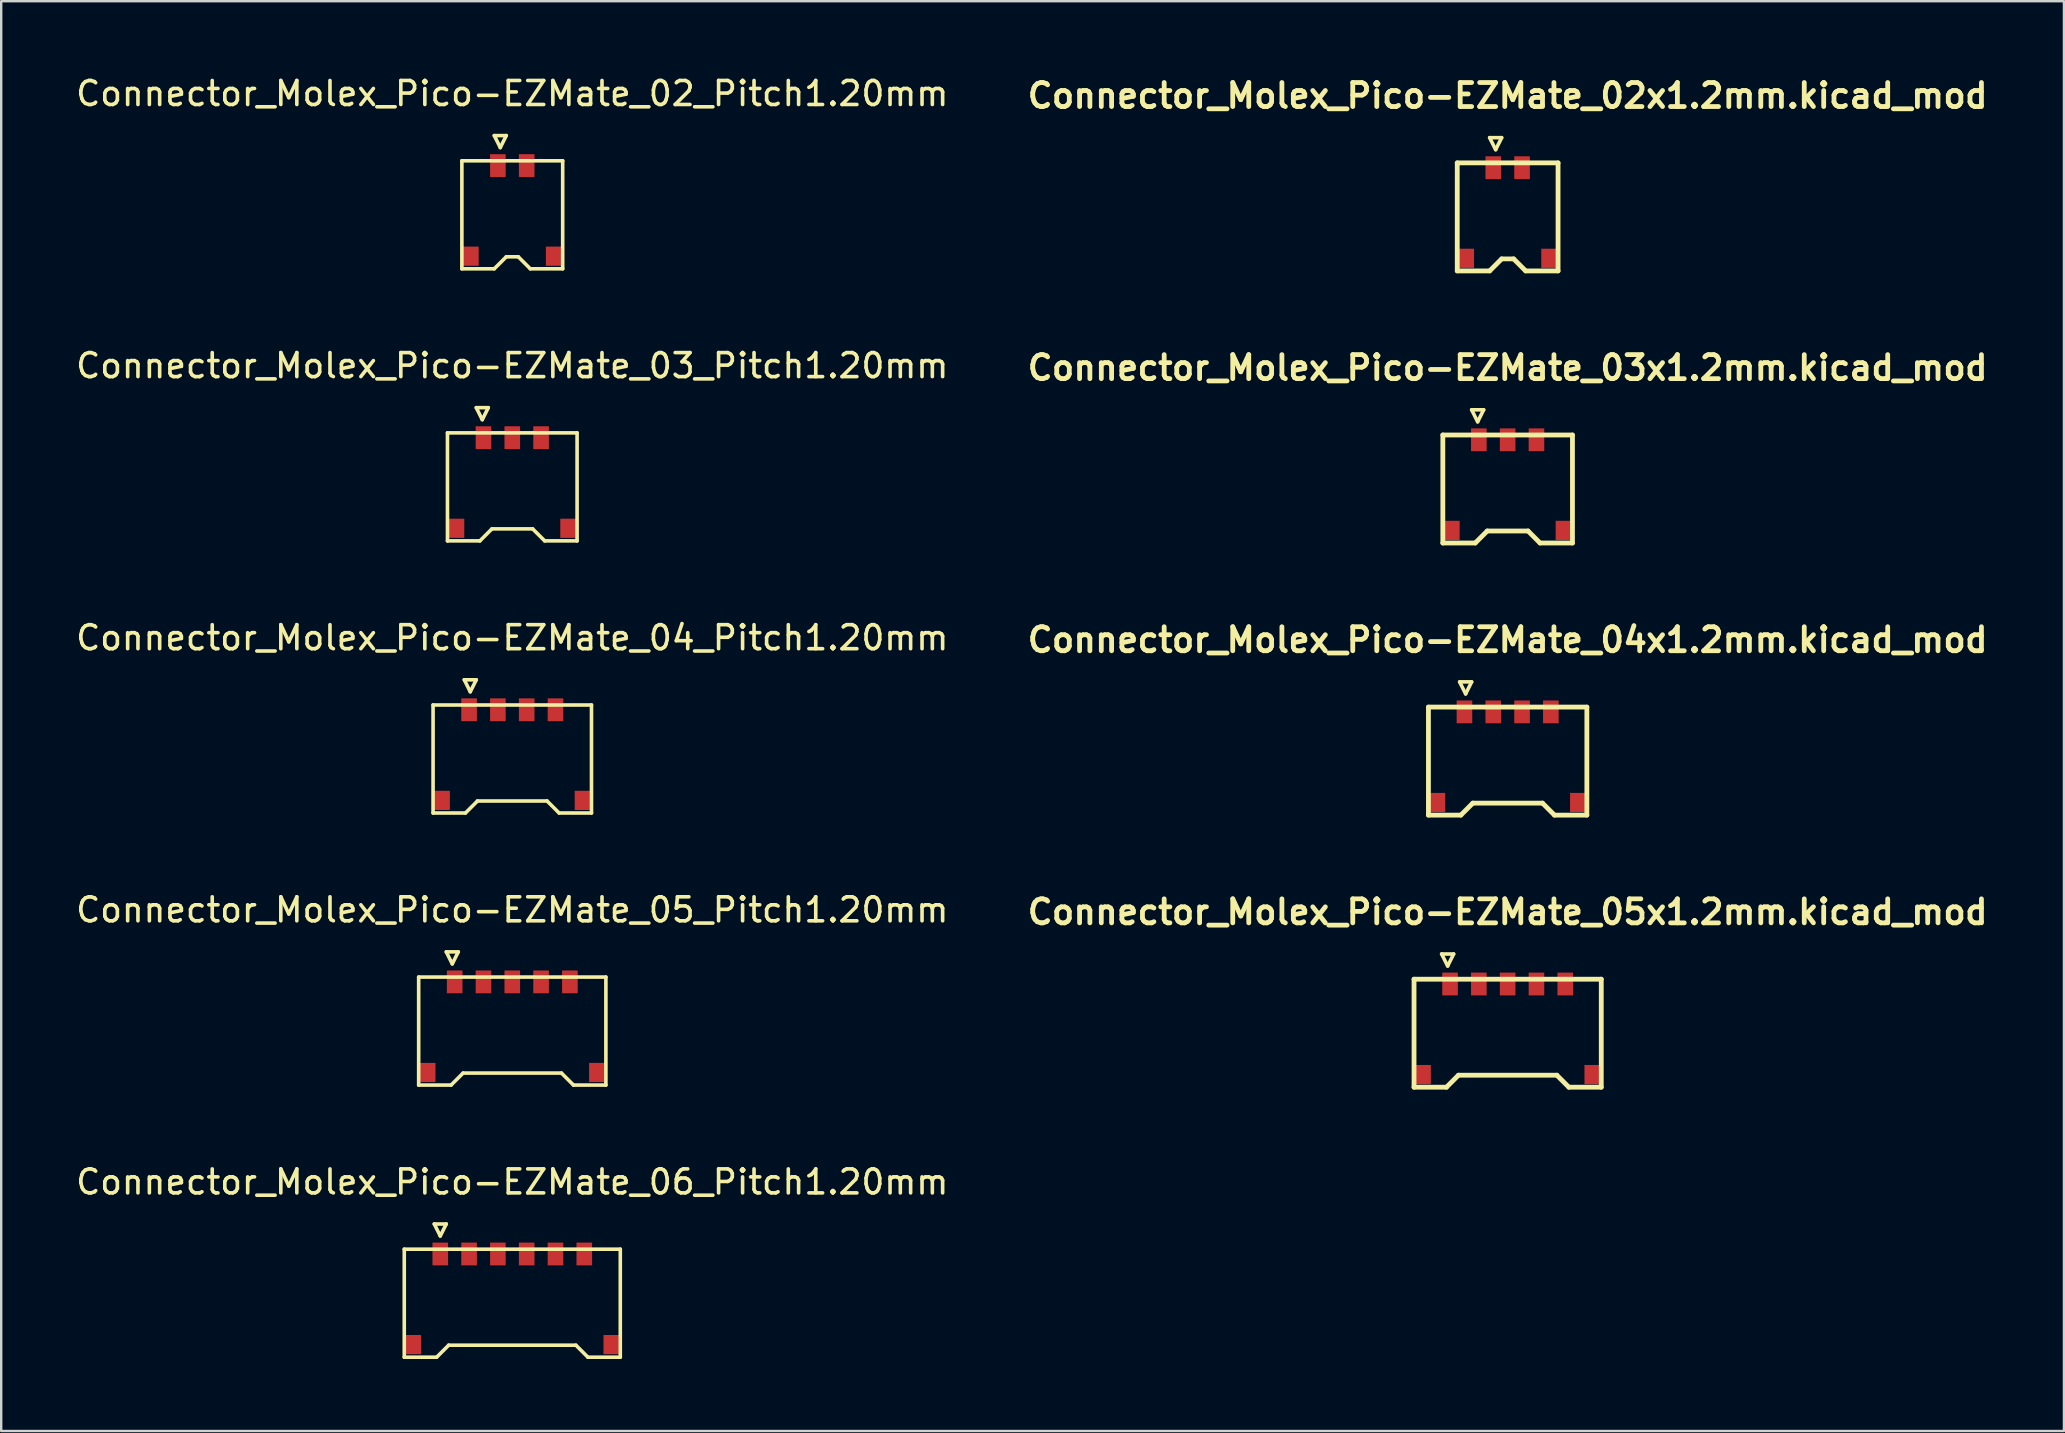
<source format=kicad_pcb>
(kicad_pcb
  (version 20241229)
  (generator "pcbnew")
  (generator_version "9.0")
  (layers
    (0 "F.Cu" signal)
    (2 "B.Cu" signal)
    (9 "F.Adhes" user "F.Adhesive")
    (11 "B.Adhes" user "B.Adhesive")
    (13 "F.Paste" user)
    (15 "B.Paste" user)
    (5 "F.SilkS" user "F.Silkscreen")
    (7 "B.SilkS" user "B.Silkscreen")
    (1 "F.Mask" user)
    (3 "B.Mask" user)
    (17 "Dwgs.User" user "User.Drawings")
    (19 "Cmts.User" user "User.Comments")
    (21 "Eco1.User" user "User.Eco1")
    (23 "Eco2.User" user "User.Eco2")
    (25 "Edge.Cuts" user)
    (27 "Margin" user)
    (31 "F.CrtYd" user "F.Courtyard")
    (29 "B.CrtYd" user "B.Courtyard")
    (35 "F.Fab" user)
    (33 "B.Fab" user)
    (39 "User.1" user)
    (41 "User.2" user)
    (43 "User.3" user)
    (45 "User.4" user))
  (footprint "Connector_Molex_Pico-EZMate_04_Pitch1.20mm"
    (layer "F.Cu")
    (at 18.292 26.52)
    (property "Reference" "Connector_Molex_Pico-EZMate_04_Pitch1.20mm" (at 0 -3 0) (layer "F.SilkS") (effects (font (size 1 1) (thickness 0.15))))
    (attr smd)
    (fp_line (start -3.3 -0.2) (end -3.3 4.3) (stroke (width 0.15) (type solid)) (layer "F.SilkS"))
    (fp_line (start -3.3 -0.2) (end 3.3 -0.2) (stroke (width 0.15) (type solid)) (layer "F.SilkS"))
    (fp_line (start -3.3 4.3) (end -1.95 4.3) (stroke (width 0.15) (type solid)) (layer "F.SilkS"))
    (fp_line (start -2 -1.25) (end -1.75 -0.75) (stroke (width 0.15) (type solid)) (layer "F.SilkS"))
    (fp_line (start -1.95 4.3) (end -1.45 3.8) (stroke (width 0.15) (type solid)) (layer "F.SilkS"))
    (fp_line (start -1.75 -0.75) (end -1.5 -1.25) (stroke (width 0.15) (type solid)) (layer "F.SilkS"))
    (fp_line (start -1.5 -1.25) (end -2 -1.25) (stroke (width 0.15) (type solid)) (layer "F.SilkS"))
    (fp_line (start -1.45 3.8) (end 1.45 3.8) (stroke (width 0.15) (type solid)) (layer "F.SilkS"))
    (fp_line (start 1.95 4.3) (end 1.45 3.8) (stroke (width 0.15) (type solid)) (layer "F.SilkS"))
    (fp_line (start 3.3 -0.2) (end 3.3 4.3) (stroke (width 0.15) (type solid)) (layer "F.SilkS"))
    (fp_line (start 3.3 4.3) (end 1.95 4.3) (stroke (width 0.15) (type solid)) (layer "F.SilkS"))
    (pad "1" smd rect (at -1.8 0) (size 0.65 0.95) (layers "F.Cu" "F.Mask" "F.Paste"))
    (pad "2" smd rect (at -0.6 0) (size 0.65 0.95) (layers "F.Cu" "F.Mask" "F.Paste"))
    (pad "3" smd rect (at 0.6 0) (size 0.65 0.95) (layers "F.Cu" "F.Mask" "F.Paste"))
    (pad "4" smd rect (at 1.8 0) (size 0.65 0.95) (layers "F.Cu" "F.Mask" "F.Paste"))
    (pad "5" smd rect (at -2.95 3.775) (size 0.7 0.8) (layers "F.Cu" "F.Mask" "F.Paste"))
    (pad "5" smd rect (at 2.95 3.775) (size 0.7 0.8) (layers "F.Cu" "F.Mask" "F.Paste")))
  (footprint "Connector_Molex_Pico-EZMate_05x1.2mm.kicad_mod"
    (layer "F.Cu")
    (at 59.76 37.944)
    (property "Reference" "Connector_Molex_Pico-EZMate_05x1.2mm.kicad_mod" (at 0 -3 0) (layer "F.SilkS") (effects (font (size 1 1) (thickness 0.2))))
    (attr through_hole)
    (fp_line (start -3.9 -0.2) (end -3.9 4.3) (stroke (width 0.2) (type solid)) (layer "F.SilkS"))
    (fp_line (start -3.9 -0.2) (end 3.9 -0.2) (stroke (width 0.2) (type solid)) (layer "F.SilkS"))
    (fp_line (start -3.9 4.3) (end -2.55 4.3) (stroke (width 0.2) (type solid)) (layer "F.SilkS"))
    (fp_line (start -2.75 -1.25) (end -2.5 -0.75) (stroke (width 0.15) (type solid)) (layer "F.SilkS"))
    (fp_line (start -2.55 4.3) (end -2.05 3.8) (stroke (width 0.2) (type solid)) (layer "F.SilkS"))
    (fp_line (start -2.5 -0.75) (end -2.25 -1.25) (stroke (width 0.15) (type solid)) (layer "F.SilkS"))
    (fp_line (start -2.25 -1.25) (end -2.75 -1.25) (stroke (width 0.15) (type solid)) (layer "F.SilkS"))
    (fp_line (start -2.05 3.8) (end 2.05 3.8) (stroke (width 0.2) (type solid)) (layer "F.SilkS"))
    (fp_line (start 2.55 4.3) (end 2.05 3.8) (stroke (width 0.2) (type solid)) (layer "F.SilkS"))
    (fp_line (start 3.9 -0.2) (end 3.9 4.3) (stroke (width 0.2) (type solid)) (layer "F.SilkS"))
    (fp_line (start 3.9 4.3) (end 2.55 4.3) (stroke (width 0.2) (type solid)) (layer "F.SilkS"))
    (pad "1" smd rect (at -2.4 0) (size 0.65 0.95) (layers "F.Cu" "F.Mask" "F.Paste"))
    (pad "2" smd rect (at -1.2 0) (size 0.65 0.95) (layers "F.Cu" "F.Mask" "F.Paste"))
    (pad "3" smd rect (at 0 0) (size 0.65 0.95) (layers "F.Cu" "F.Mask" "F.Paste"))
    (pad "4" smd rect (at 1.2 0) (size 0.65 0.95) (layers "F.Cu" "F.Mask" "F.Paste"))
    (pad "5" smd rect (at 2.4 0) (size 0.65 0.95) (layers "F.Cu" "F.Mask" "F.Paste"))
    (pad "6" smd rect (at -3.55 3.775) (size 0.7 0.8) (layers "F.Cu" "F.Mask" "F.Paste"))
    (pad "6" smd rect (at 3.55 3.775) (size 0.7 0.8) (layers "F.Cu" "F.Mask" "F.Paste")))
  (footprint "Connector_Molex_Pico-EZMate_02x1.2mm.kicad_mod"
    (layer "F.Cu")
    (at 59.76 3.936)
    (property "Reference" "Connector_Molex_Pico-EZMate_02x1.2mm.kicad_mod" (at 0 -3 0) (layer "F.SilkS") (effects (font (size 1 1) (thickness 0.2))))
    (attr through_hole)
    (fp_line (start -2.1 -0.2) (end -2.1 4.3) (stroke (width 0.2) (type solid)) (layer "F.SilkS"))
    (fp_line (start -2.1 -0.2) (end 2.1 -0.2) (stroke (width 0.2) (type solid)) (layer "F.SilkS"))
    (fp_line (start -2.1 4.3) (end -0.75 4.3) (stroke (width 0.2) (type solid)) (layer "F.SilkS"))
    (fp_line (start -0.75 -1.25) (end -0.5 -0.75) (stroke (width 0.15) (type solid)) (layer "F.SilkS"))
    (fp_line (start -0.75 4.3) (end -0.25 3.8) (stroke (width 0.2) (type solid)) (layer "F.SilkS"))
    (fp_line (start -0.5 -0.75) (end -0.25 -1.25) (stroke (width 0.15) (type solid)) (layer "F.SilkS"))
    (fp_line (start -0.25 -1.25) (end -0.75 -1.25) (stroke (width 0.15) (type solid)) (layer "F.SilkS"))
    (fp_line (start -0.25 3.8) (end 0.25 3.8) (stroke (width 0.2) (type solid)) (layer "F.SilkS"))
    (fp_line (start 0.75 4.3) (end 0.25 3.8) (stroke (width 0.2) (type solid)) (layer "F.SilkS"))
    (fp_line (start 2.1 -0.2) (end 2.1 4.3) (stroke (width 0.2) (type solid)) (layer "F.SilkS"))
    (fp_line (start 2.1 4.3) (end 0.75 4.3) (stroke (width 0.2) (type solid)) (layer "F.SilkS"))
    (pad "1" smd rect (at -0.6 0) (size 0.65 0.95) (layers "F.Cu" "F.Mask" "F.Paste"))
    (pad "2" smd rect (at 0.6 0) (size 0.65 0.95) (layers "F.Cu" "F.Mask" "F.Paste"))
    (pad "3" smd rect (at -1.75 3.775) (size 0.7 0.8) (layers "F.Cu" "F.Mask" "F.Paste"))
    (pad "3" smd rect (at 1.75 3.775) (size 0.7 0.8) (layers "F.Cu" "F.Mask" "F.Paste")))
  (footprint "Connector_Molex_Pico-EZMate_03_Pitch1.20mm"
    (layer "F.Cu")
    (at 18.292 15.184)
    (property "Reference" "Connector_Molex_Pico-EZMate_03_Pitch1.20mm" (at 0 -3 0) (layer "F.SilkS") (effects (font (size 1 1) (thickness 0.15))))
    (attr smd)
    (fp_line (start -2.7 -0.2) (end -2.7 4.3) (stroke (width 0.15) (type solid)) (layer "F.SilkS"))
    (fp_line (start -2.7 -0.2) (end 2.7 -0.2) (stroke (width 0.15) (type solid)) (layer "F.SilkS"))
    (fp_line (start -2.7 4.3) (end -1.35 4.3) (stroke (width 0.15) (type solid)) (layer "F.SilkS"))
    (fp_line (start -1.5 -1.25) (end -1.25 -0.75) (stroke (width 0.15) (type solid)) (layer "F.SilkS"))
    (fp_line (start -1.35 4.3) (end -0.85 3.8) (stroke (width 0.15) (type solid)) (layer "F.SilkS"))
    (fp_line (start -1.25 -0.75) (end -1 -1.25) (stroke (width 0.15) (type solid)) (layer "F.SilkS"))
    (fp_line (start -1 -1.25) (end -1.5 -1.25) (stroke (width 0.15) (type solid)) (layer "F.SilkS"))
    (fp_line (start -0.85 3.8) (end 0.85 3.8) (stroke (width 0.15) (type solid)) (layer "F.SilkS"))
    (fp_line (start 1.35 4.3) (end 0.85 3.8) (stroke (width 0.15) (type solid)) (layer "F.SilkS"))
    (fp_line (start 2.7 -0.2) (end 2.7 4.3) (stroke (width 0.15) (type solid)) (layer "F.SilkS"))
    (fp_line (start 2.7 4.3) (end 1.35 4.3) (stroke (width 0.15) (type solid)) (layer "F.SilkS"))
    (pad "1" smd rect (at -1.2 0) (size 0.65 0.95) (layers "F.Cu" "F.Mask" "F.Paste"))
    (pad "2" smd rect (at 0 0) (size 0.65 0.95) (layers "F.Cu" "F.Mask" "F.Paste"))
    (pad "3" smd rect (at 1.2 0) (size 0.65 0.95) (layers "F.Cu" "F.Mask" "F.Paste"))
    (pad "4" smd rect (at -2.35 3.775) (size 0.7 0.8) (layers "F.Cu" "F.Mask" "F.Paste"))
    (pad "4" smd rect (at 2.35 3.775) (size 0.7 0.8) (layers "F.Cu" "F.Mask" "F.Paste")))
  (footprint "Connector_Molex_Pico-EZMate_04x1.2mm.kicad_mod"
    (layer "F.Cu")
    (at 59.76 26.608)
    (property "Reference" "Connector_Molex_Pico-EZMate_04x1.2mm.kicad_mod" (at 0 -3 0) (layer "F.SilkS") (effects (font (size 1 1) (thickness 0.2))))
    (attr through_hole)
    (fp_line (start -3.3 -0.2) (end -3.3 4.3) (stroke (width 0.2) (type solid)) (layer "F.SilkS"))
    (fp_line (start -3.3 -0.2) (end 3.3 -0.2) (stroke (width 0.2) (type solid)) (layer "F.SilkS"))
    (fp_line (start -3.3 4.3) (end -1.95 4.3) (stroke (width 0.2) (type solid)) (layer "F.SilkS"))
    (fp_line (start -2 -1.25) (end -1.75 -0.75) (stroke (width 0.15) (type solid)) (layer "F.SilkS"))
    (fp_line (start -1.95 4.3) (end -1.45 3.8) (stroke (width 0.2) (type solid)) (layer "F.SilkS"))
    (fp_line (start -1.75 -0.75) (end -1.5 -1.25) (stroke (width 0.15) (type solid)) (layer "F.SilkS"))
    (fp_line (start -1.5 -1.25) (end -2 -1.25) (stroke (width 0.15) (type solid)) (layer "F.SilkS"))
    (fp_line (start -1.45 3.8) (end 1.45 3.8) (stroke (width 0.2) (type solid)) (layer "F.SilkS"))
    (fp_line (start 1.95 4.3) (end 1.45 3.8) (stroke (width 0.2) (type solid)) (layer "F.SilkS"))
    (fp_line (start 3.3 -0.2) (end 3.3 4.3) (stroke (width 0.2) (type solid)) (layer "F.SilkS"))
    (fp_line (start 3.3 4.3) (end 1.95 4.3) (stroke (width 0.2) (type solid)) (layer "F.SilkS"))
    (pad "1" smd rect (at -1.8 0) (size 0.65 0.95) (layers "F.Cu" "F.Mask" "F.Paste"))
    (pad "2" smd rect (at -0.6 0) (size 0.65 0.95) (layers "F.Cu" "F.Mask" "F.Paste"))
    (pad "3" smd rect (at 0.6 0) (size 0.65 0.95) (layers "F.Cu" "F.Mask" "F.Paste"))
    (pad "4" smd rect (at 1.8 0) (size 0.65 0.95) (layers "F.Cu" "F.Mask" "F.Paste"))
    (pad "5" smd rect (at -2.95 3.775) (size 0.7 0.8) (layers "F.Cu" "F.Mask" "F.Paste"))
    (pad "5" smd rect (at 2.95 3.775) (size 0.7 0.8) (layers "F.Cu" "F.Mask" "F.Paste")))
  (footprint "Connector_Molex_Pico-EZMate_06_Pitch1.20mm"
    (layer "F.Cu")
    (at 18.292 49.192)
    (property "Reference" "Connector_Molex_Pico-EZMate_06_Pitch1.20mm" (at 0 -3 0) (layer "F.SilkS") (effects (font (size 1 1) (thickness 0.15))))
    (attr smd)
    (fp_line (start -4.5 -0.2) (end -4.5 4.3) (stroke (width 0.15) (type solid)) (layer "F.SilkS"))
    (fp_line (start -4.5 -0.2) (end 4.5 -0.2) (stroke (width 0.15) (type solid)) (layer "F.SilkS"))
    (fp_line (start -4.5 4.3) (end -3.15 4.3) (stroke (width 0.15) (type solid)) (layer "F.SilkS"))
    (fp_line (start -3.25 -1.25) (end -3 -0.75) (stroke (width 0.15) (type solid)) (layer "F.SilkS"))
    (fp_line (start -3.15 4.3) (end -2.65 3.8) (stroke (width 0.15) (type solid)) (layer "F.SilkS"))
    (fp_line (start -3 -0.75) (end -2.75 -1.25) (stroke (width 0.15) (type solid)) (layer "F.SilkS"))
    (fp_line (start -2.75 -1.25) (end -3.25 -1.25) (stroke (width 0.15) (type solid)) (layer "F.SilkS"))
    (fp_line (start -2.65 3.8) (end 2.65 3.8) (stroke (width 0.15) (type solid)) (layer "F.SilkS"))
    (fp_line (start 3.15 4.3) (end 2.65 3.8) (stroke (width 0.15) (type solid)) (layer "F.SilkS"))
    (fp_line (start 4.5 -0.2) (end 4.5 4.3) (stroke (width 0.15) (type solid)) (layer "F.SilkS"))
    (fp_line (start 4.5 4.3) (end 3.15 4.3) (stroke (width 0.15) (type solid)) (layer "F.SilkS"))
    (pad "1" smd rect (at -3 0) (size 0.65 0.95) (layers "F.Cu" "F.Mask" "F.Paste"))
    (pad "2" smd rect (at -1.8 0) (size 0.65 0.95) (layers "F.Cu" "F.Mask" "F.Paste"))
    (pad "3" smd rect (at -0.6 0) (size 0.65 0.95) (layers "F.Cu" "F.Mask" "F.Paste"))
    (pad "4" smd rect (at 0.6 0) (size 0.65 0.95) (layers "F.Cu" "F.Mask" "F.Paste"))
    (pad "5" smd rect (at 1.8 0) (size 0.65 0.95) (layers "F.Cu" "F.Mask" "F.Paste"))
    (pad "6" smd rect (at 3 0) (size 0.65 0.95) (layers "F.Cu" "F.Mask" "F.Paste"))
    (pad "7" smd rect (at -4.15 3.775) (size 0.7 0.8) (layers "F.Cu" "F.Mask" "F.Paste"))
    (pad "7" smd rect (at 4.15 3.775) (size 0.7 0.8) (layers "F.Cu" "F.Mask" "F.Paste")))
  (footprint "Connector_Molex_Pico-EZMate_05_Pitch1.20mm"
    (layer "F.Cu")
    (at 18.292 37.856)
    (property "Reference" "Connector_Molex_Pico-EZMate_05_Pitch1.20mm" (at 0 -3 0) (layer "F.SilkS") (effects (font (size 1 1) (thickness 0.15))))
    (attr smd)
    (fp_line (start -3.9 -0.2) (end -3.9 4.3) (stroke (width 0.15) (type solid)) (layer "F.SilkS"))
    (fp_line (start -3.9 -0.2) (end 3.9 -0.2) (stroke (width 0.15) (type solid)) (layer "F.SilkS"))
    (fp_line (start -3.9 4.3) (end -2.55 4.3) (stroke (width 0.15) (type solid)) (layer "F.SilkS"))
    (fp_line (start -2.75 -1.25) (end -2.5 -0.75) (stroke (width 0.15) (type solid)) (layer "F.SilkS"))
    (fp_line (start -2.55 4.3) (end -2.05 3.8) (stroke (width 0.15) (type solid)) (layer "F.SilkS"))
    (fp_line (start -2.5 -0.75) (end -2.25 -1.25) (stroke (width 0.15) (type solid)) (layer "F.SilkS"))
    (fp_line (start -2.25 -1.25) (end -2.75 -1.25) (stroke (width 0.15) (type solid)) (layer "F.SilkS"))
    (fp_line (start -2.05 3.8) (end 2.05 3.8) (stroke (width 0.15) (type solid)) (layer "F.SilkS"))
    (fp_line (start 2.55 4.3) (end 2.05 3.8) (stroke (width 0.15) (type solid)) (layer "F.SilkS"))
    (fp_line (start 3.9 -0.2) (end 3.9 4.3) (stroke (width 0.15) (type solid)) (layer "F.SilkS"))
    (fp_line (start 3.9 4.3) (end 2.55 4.3) (stroke (width 0.15) (type solid)) (layer "F.SilkS"))
    (pad "1" smd rect (at -2.4 0) (size 0.65 0.95) (layers "F.Cu" "F.Mask" "F.Paste"))
    (pad "2" smd rect (at -1.2 0) (size 0.65 0.95) (layers "F.Cu" "F.Mask" "F.Paste"))
    (pad "3" smd rect (at 0 0) (size 0.65 0.95) (layers "F.Cu" "F.Mask" "F.Paste"))
    (pad "4" smd rect (at 1.2 0) (size 0.65 0.95) (layers "F.Cu" "F.Mask" "F.Paste"))
    (pad "5" smd rect (at 2.4 0) (size 0.65 0.95) (layers "F.Cu" "F.Mask" "F.Paste"))
    (pad "6" smd rect (at -3.55 3.775) (size 0.7 0.8) (layers "F.Cu" "F.Mask" "F.Paste"))
    (pad "6" smd rect (at 3.55 3.775) (size 0.7 0.8) (layers "F.Cu" "F.Mask" "F.Paste")))
  (footprint "Connector_Molex_Pico-EZMate_03x1.2mm.kicad_mod"
    (layer "F.Cu")
    (at 59.76 15.272)
    (property "Reference" "Connector_Molex_Pico-EZMate_03x1.2mm.kicad_mod" (at 0 -3 0) (layer "F.SilkS") (effects (font (size 1 1) (thickness 0.2))))
    (attr through_hole)
    (fp_line (start -2.7 -0.2) (end -2.7 4.3) (stroke (width 0.2) (type solid)) (layer "F.SilkS"))
    (fp_line (start -2.7 -0.2) (end 2.7 -0.2) (stroke (width 0.2) (type solid)) (layer "F.SilkS"))
    (fp_line (start -2.7 4.3) (end -1.35 4.3) (stroke (width 0.2) (type solid)) (layer "F.SilkS"))
    (fp_line (start -1.5 -1.25) (end -1.25 -0.75) (stroke (width 0.15) (type solid)) (layer "F.SilkS"))
    (fp_line (start -1.35 4.3) (end -0.85 3.8) (stroke (width 0.2) (type solid)) (layer "F.SilkS"))
    (fp_line (start -1.25 -0.75) (end -1 -1.25) (stroke (width 0.15) (type solid)) (layer "F.SilkS"))
    (fp_line (start -1 -1.25) (end -1.5 -1.25) (stroke (width 0.15) (type solid)) (layer "F.SilkS"))
    (fp_line (start -0.85 3.8) (end 0.85 3.8) (stroke (width 0.2) (type solid)) (layer "F.SilkS"))
    (fp_line (start 1.35 4.3) (end 0.85 3.8) (stroke (width 0.2) (type solid)) (layer "F.SilkS"))
    (fp_line (start 2.7 -0.2) (end 2.7 4.3) (stroke (width 0.2) (type solid)) (layer "F.SilkS"))
    (fp_line (start 2.7 4.3) (end 1.35 4.3) (stroke (width 0.2) (type solid)) (layer "F.SilkS"))
    (pad "1" smd rect (at -1.2 0) (size 0.65 0.95) (layers "F.Cu" "F.Mask" "F.Paste"))
    (pad "2" smd rect (at 0 0) (size 0.65 0.95) (layers "F.Cu" "F.Mask" "F.Paste"))
    (pad "3" smd rect (at 1.2 0) (size 0.65 0.95) (layers "F.Cu" "F.Mask" "F.Paste"))
    (pad "4" smd rect (at -2.35 3.775) (size 0.7 0.8) (layers "F.Cu" "F.Mask" "F.Paste"))
    (pad "4" smd rect (at 2.35 3.775) (size 0.7 0.8) (layers "F.Cu" "F.Mask" "F.Paste")))
  (footprint "Connector_Molex_Pico-EZMate_02_Pitch1.20mm"
    (layer "F.Cu")
    (at 18.292 3.848)
    (property "Reference" "Connector_Molex_Pico-EZMate_02_Pitch1.20mm" (at 0 -3 0) (layer "F.SilkS") (effects (font (size 1 1) (thickness 0.15))))
    (attr smd)
    (fp_line (start -2.1 -0.2) (end -2.1 4.3) (stroke (width 0.15) (type solid)) (layer "F.SilkS"))
    (fp_line (start -2.1 -0.2) (end 2.1 -0.2) (stroke (width 0.15) (type solid)) (layer "F.SilkS"))
    (fp_line (start -2.1 4.3) (end -0.75 4.3) (stroke (width 0.15) (type solid)) (layer "F.SilkS"))
    (fp_line (start -0.75 -1.25) (end -0.5 -0.75) (stroke (width 0.15) (type solid)) (layer "F.SilkS"))
    (fp_line (start -0.75 4.3) (end -0.25 3.8) (stroke (width 0.15) (type solid)) (layer "F.SilkS"))
    (fp_line (start -0.5 -0.75) (end -0.25 -1.25) (stroke (width 0.15) (type solid)) (layer "F.SilkS"))
    (fp_line (start -0.25 -1.25) (end -0.75 -1.25) (stroke (width 0.15) (type solid)) (layer "F.SilkS"))
    (fp_line (start -0.25 3.8) (end 0.25 3.8) (stroke (width 0.15) (type solid)) (layer "F.SilkS"))
    (fp_line (start 0.75 4.3) (end 0.25 3.8) (stroke (width 0.15) (type solid)) (layer "F.SilkS"))
    (fp_line (start 2.1 -0.2) (end 2.1 4.3) (stroke (width 0.15) (type solid)) (layer "F.SilkS"))
    (fp_line (start 2.1 4.3) (end 0.75 4.3) (stroke (width 0.15) (type solid)) (layer "F.SilkS"))
    (pad "1" smd rect (at -0.6 0) (size 0.65 0.95) (layers "F.Cu" "F.Mask" "F.Paste"))
    (pad "2" smd rect (at 0.6 0) (size 0.65 0.95) (layers "F.Cu" "F.Mask" "F.Paste"))
    (pad "3" smd rect (at -1.75 3.775) (size 0.7 0.8) (layers "F.Cu" "F.Mask" "F.Paste"))
    (pad "3" smd rect (at 1.75 3.775) (size 0.7 0.8) (layers "F.Cu" "F.Mask" "F.Paste")))
  (gr_rect
    (start -3 -3)
    (end 82.936 56.567)
    (stroke (width 0.1) (type default))
    (fill no)
    (layer "Edge.Cuts")))
</source>
